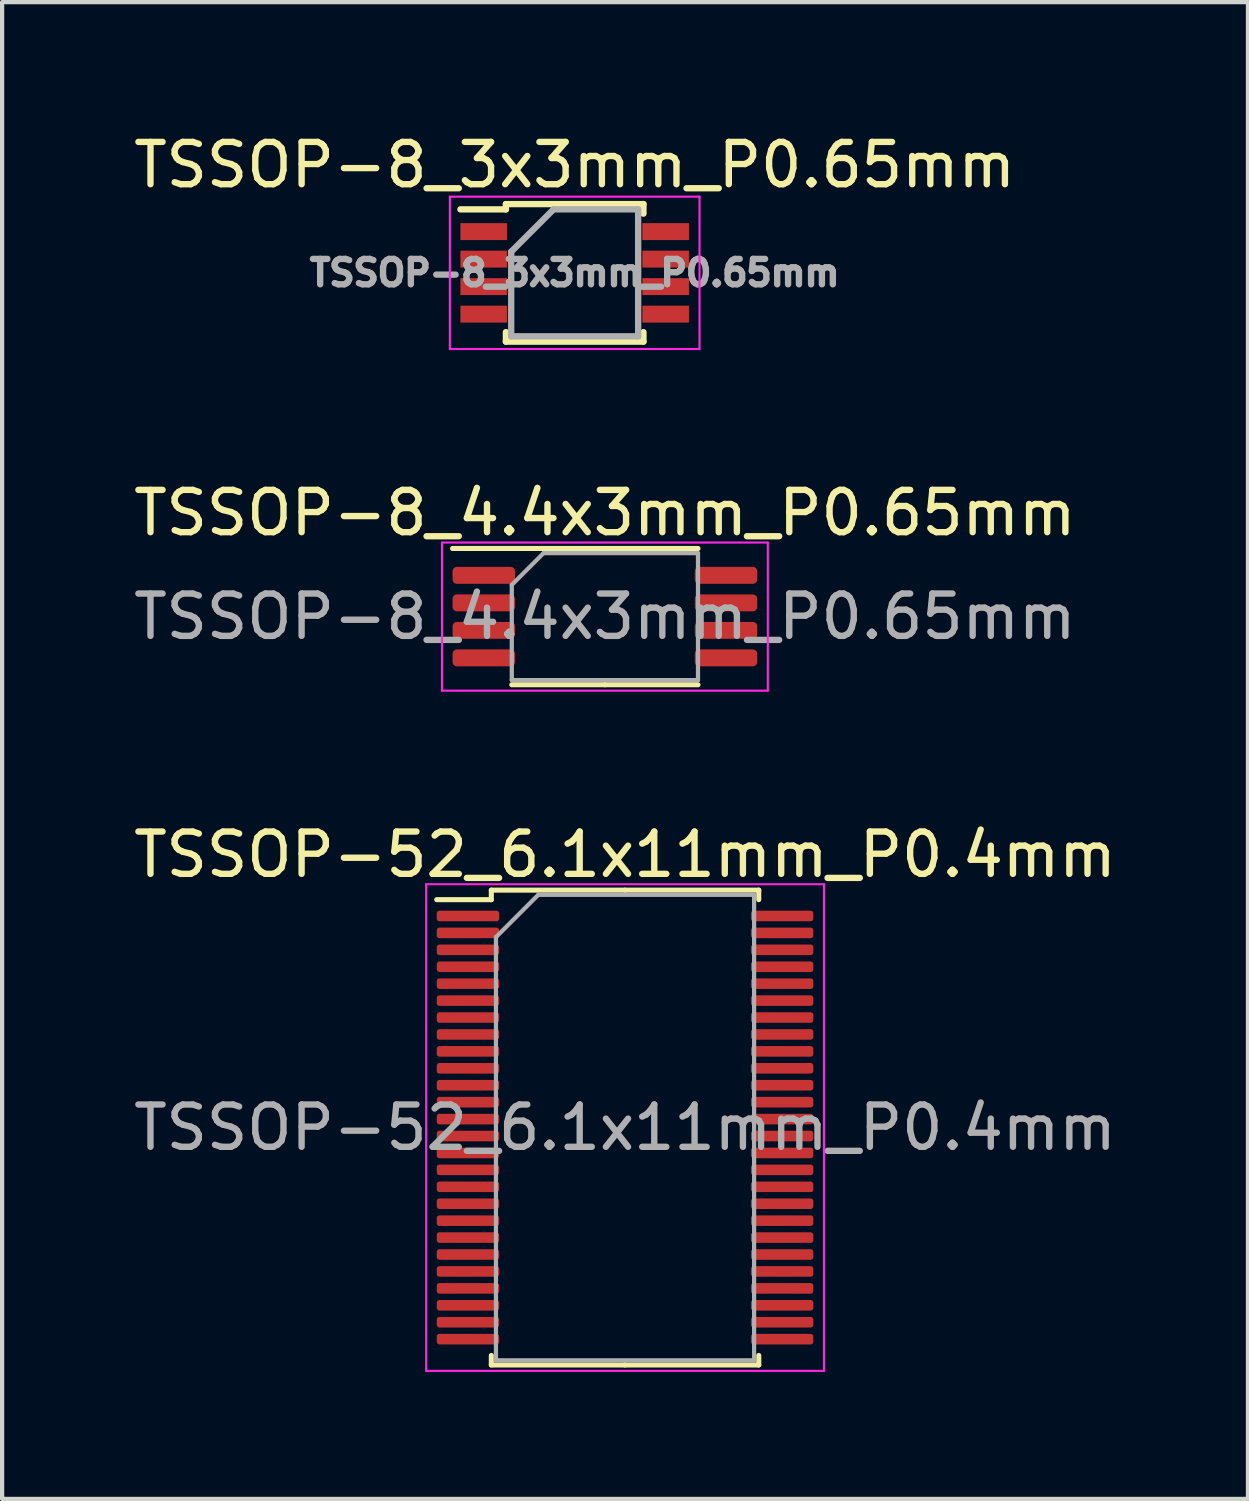
<source format=kicad_pcb>
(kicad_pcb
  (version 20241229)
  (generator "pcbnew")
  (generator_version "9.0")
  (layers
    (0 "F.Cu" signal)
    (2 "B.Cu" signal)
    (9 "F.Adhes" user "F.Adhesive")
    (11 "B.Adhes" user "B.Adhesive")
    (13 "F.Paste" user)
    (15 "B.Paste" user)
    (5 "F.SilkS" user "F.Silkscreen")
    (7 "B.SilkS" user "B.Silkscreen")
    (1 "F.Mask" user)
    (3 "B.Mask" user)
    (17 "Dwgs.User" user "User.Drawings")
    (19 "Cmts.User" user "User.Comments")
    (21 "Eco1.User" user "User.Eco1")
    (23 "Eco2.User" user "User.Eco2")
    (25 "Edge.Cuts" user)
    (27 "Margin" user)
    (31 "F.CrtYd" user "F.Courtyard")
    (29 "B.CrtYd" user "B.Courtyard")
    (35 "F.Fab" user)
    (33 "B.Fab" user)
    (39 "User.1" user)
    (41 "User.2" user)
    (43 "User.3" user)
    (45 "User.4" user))
  (footprint "TSSOP-8_3x3mm_P0.65mm"
    (layer "F.Cu")
    (at 10.53 3.398)
    (property "Reference" "TSSOP-8_3x3mm_P0.65mm" (at 0 -2.55 0) (layer "F.SilkS") (effects (font (size 1 1) (thickness 0.15))))
    (attr smd)
    (fp_line (start -1.625 -1.625) (end -1.625 -1.5) (stroke (width 0.15) (type solid)) (layer "F.SilkS"))
    (fp_line (start -1.625 -1.625) (end 1.625 -1.625) (stroke (width 0.15) (type solid)) (layer "F.SilkS"))
    (fp_line (start -1.625 -1.5) (end -2.7 -1.5) (stroke (width 0.15) (type solid)) (layer "F.SilkS"))
    (fp_line (start -1.625 1.625) (end -1.625 1.4) (stroke (width 0.15) (type solid)) (layer "F.SilkS"))
    (fp_line (start -1.625 1.625) (end 1.625 1.625) (stroke (width 0.15) (type solid)) (layer "F.SilkS"))
    (fp_line (start 1.625 -1.625) (end 1.625 -1.4) (stroke (width 0.15) (type solid)) (layer "F.SilkS"))
    (fp_line (start 1.625 1.625) (end 1.625 1.4) (stroke (width 0.15) (type solid)) (layer "F.SilkS"))
    (fp_line (start -2.95 -1.8) (end -2.95 1.8) (stroke (width 0.05) (type solid)) (layer "F.CrtYd"))
    (fp_line (start -2.95 -1.8) (end 2.95 -1.8) (stroke (width 0.05) (type solid)) (layer "F.CrtYd"))
    (fp_line (start -2.95 1.8) (end 2.95 1.8) (stroke (width 0.05) (type solid)) (layer "F.CrtYd"))
    (fp_line (start 2.95 -1.8) (end 2.95 1.8) (stroke (width 0.05) (type solid)) (layer "F.CrtYd"))
    (fp_line (start -1.5 -0.5) (end -0.5 -1.5) (stroke (width 0.15) (type solid)) (layer "F.Fab"))
    (fp_line (start -1.5 1.5) (end -1.5 -0.5) (stroke (width 0.15) (type solid)) (layer "F.Fab"))
    (fp_line (start -0.5 -1.5) (end 1.5 -1.5) (stroke (width 0.15) (type solid)) (layer "F.Fab"))
    (fp_line (start 1.5 -1.5) (end 1.5 1.5) (stroke (width 0.15) (type solid)) (layer "F.Fab"))
    (fp_line (start 1.5 1.5) (end -1.5 1.5) (stroke (width 0.15) (type solid)) (layer "F.Fab"))
    (fp_text user "${REFERENCE}" (at 0 0 0) (layer "F.Fab") (effects (font (size 0.6 0.6) (thickness 0.15))))
    (pad "1" smd rect (at -2.15 -0.975) (size 1.1 0.4) (layers "F.Cu" "F.Mask" "F.Paste"))
    (pad "2" smd rect (at -2.15 -0.325) (size 1.1 0.4) (layers "F.Cu" "F.Mask" "F.Paste"))
    (pad "3" smd rect (at -2.15 0.325) (size 1.1 0.4) (layers "F.Cu" "F.Mask" "F.Paste"))
    (pad "4" smd rect (at -2.15 0.975) (size 1.1 0.4) (layers "F.Cu" "F.Mask" "F.Paste"))
    (pad "5" smd rect (at 2.15 0.975) (size 1.1 0.4) (layers "F.Cu" "F.Mask" "F.Paste"))
    (pad "6" smd rect (at 2.15 0.325) (size 1.1 0.4) (layers "F.Cu" "F.Mask" "F.Paste"))
    (pad "7" smd rect (at 2.15 -0.325) (size 1.1 0.4) (layers "F.Cu" "F.Mask" "F.Paste"))
    (pad "8" smd rect (at 2.15 -0.975) (size 1.1 0.4) (layers "F.Cu" "F.Mask" "F.Paste")))
  (footprint "TSSOP-8_4.4x3mm_P0.65mm"
    (layer "F.Cu")
    (at 11.244 11.521)
    (property "Reference" "TSSOP-8_4.4x3mm_P0.65mm" (at 0 -2.45 0) (layer "F.SilkS") (effects (font (size 1 1) (thickness 0.15))))
    (attr smd)
    (fp_line (start 0 -1.61) (end -3.6 -1.61) (stroke (width 0.12) (type solid)) (layer "F.SilkS"))
    (fp_line (start 0 -1.61) (end 2.2 -1.61) (stroke (width 0.12) (type solid)) (layer "F.SilkS"))
    (fp_line (start 0 1.61) (end -2.2 1.61) (stroke (width 0.12) (type solid)) (layer "F.SilkS"))
    (fp_line (start 0 1.61) (end 2.2 1.61) (stroke (width 0.12) (type solid)) (layer "F.SilkS"))
    (fp_line (start -3.85 -1.75) (end -3.85 1.75) (stroke (width 0.05) (type solid)) (layer "F.CrtYd"))
    (fp_line (start -3.85 1.75) (end 3.85 1.75) (stroke (width 0.05) (type solid)) (layer "F.CrtYd"))
    (fp_line (start 3.85 -1.75) (end -3.85 -1.75) (stroke (width 0.05) (type solid)) (layer "F.CrtYd"))
    (fp_line (start 3.85 1.75) (end 3.85 -1.75) (stroke (width 0.05) (type solid)) (layer "F.CrtYd"))
    (fp_line (start -2.2 -0.75) (end -1.45 -1.5) (stroke (width 0.1) (type solid)) (layer "F.Fab"))
    (fp_line (start -2.2 1.5) (end -2.2 -0.75) (stroke (width 0.1) (type solid)) (layer "F.Fab"))
    (fp_line (start -1.45 -1.5) (end 2.2 -1.5) (stroke (width 0.1) (type solid)) (layer "F.Fab"))
    (fp_line (start 2.2 -1.5) (end 2.2 1.5) (stroke (width 0.1) (type solid)) (layer "F.Fab"))
    (fp_line (start 2.2 1.5) (end -2.2 1.5) (stroke (width 0.1) (type solid)) (layer "F.Fab"))
    (fp_text user "${REFERENCE}" (at 0 0 0) (layer "F.Fab") (effects (font (size 1 1) (thickness 0.15))))
    (pad "1" smd roundrect (at -2.862 -0.975) (size 1.475 0.4) (layers "F.Cu" "F.Mask" "F.Paste") (roundrect_rratio 0.25))
    (pad "2" smd roundrect (at -2.862 -0.325) (size 1.475 0.4) (layers "F.Cu" "F.Mask" "F.Paste") (roundrect_rratio 0.25))
    (pad "3" smd roundrect (at -2.862 0.325) (size 1.475 0.4) (layers "F.Cu" "F.Mask" "F.Paste") (roundrect_rratio 0.25))
    (pad "4" smd roundrect (at -2.862 0.975) (size 1.475 0.4) (layers "F.Cu" "F.Mask" "F.Paste") (roundrect_rratio 0.25))
    (pad "5" smd roundrect (at 2.862 0.975) (size 1.475 0.4) (layers "F.Cu" "F.Mask" "F.Paste") (roundrect_rratio 0.25))
    (pad "6" smd roundrect (at 2.862 0.325) (size 1.475 0.4) (layers "F.Cu" "F.Mask" "F.Paste") (roundrect_rratio 0.25))
    (pad "7" smd roundrect (at 2.862 -0.325) (size 1.475 0.4) (layers "F.Cu" "F.Mask" "F.Paste") (roundrect_rratio 0.25))
    (pad "8" smd roundrect (at 2.862 -0.975) (size 1.475 0.4) (layers "F.Cu" "F.Mask" "F.Paste") (roundrect_rratio 0.25)))
  (footprint "TSSOP-52_6.1x11mm_P0.4mm"
    (layer "F.Cu")
    (at 11.72 23.595)
    (property "Reference" "TSSOP-52_6.1x11mm_P0.4mm" (at 0 -6.45 0) (layer "F.SilkS") (effects (font (size 1 1) (thickness 0.15))))
    (attr smd)
    (fp_line (start -3.16 -5.61) (end -3.16 -5.385) (stroke (width 0.12) (type solid)) (layer "F.SilkS"))
    (fp_line (start -3.16 -5.385) (end -4.45 -5.385) (stroke (width 0.12) (type solid)) (layer "F.SilkS"))
    (fp_line (start -3.16 5.61) (end -3.16 5.385) (stroke (width 0.12) (type solid)) (layer "F.SilkS"))
    (fp_line (start 0 -5.61) (end -3.16 -5.61) (stroke (width 0.12) (type solid)) (layer "F.SilkS"))
    (fp_line (start 0 -5.61) (end 3.16 -5.61) (stroke (width 0.12) (type solid)) (layer "F.SilkS"))
    (fp_line (start 0 5.61) (end -3.16 5.61) (stroke (width 0.12) (type solid)) (layer "F.SilkS"))
    (fp_line (start 0 5.61) (end 3.16 5.61) (stroke (width 0.12) (type solid)) (layer "F.SilkS"))
    (fp_line (start 3.16 -5.61) (end 3.16 -5.385) (stroke (width 0.12) (type solid)) (layer "F.SilkS"))
    (fp_line (start 3.16 5.61) (end 3.16 5.385) (stroke (width 0.12) (type solid)) (layer "F.SilkS"))
    (fp_line (start -4.7 -5.75) (end -4.7 5.75) (stroke (width 0.05) (type solid)) (layer "F.CrtYd"))
    (fp_line (start -4.7 5.75) (end 4.7 5.75) (stroke (width 0.05) (type solid)) (layer "F.CrtYd"))
    (fp_line (start 4.7 -5.75) (end -4.7 -5.75) (stroke (width 0.05) (type solid)) (layer "F.CrtYd"))
    (fp_line (start 4.7 5.75) (end 4.7 -5.75) (stroke (width 0.05) (type solid)) (layer "F.CrtYd"))
    (fp_line (start -3.05 -4.5) (end -2.05 -5.5) (stroke (width 0.1) (type solid)) (layer "F.Fab"))
    (fp_line (start -3.05 5.5) (end -3.05 -4.5) (stroke (width 0.1) (type solid)) (layer "F.Fab"))
    (fp_line (start -2.05 -5.5) (end 3.05 -5.5) (stroke (width 0.1) (type solid)) (layer "F.Fab"))
    (fp_line (start 3.05 -5.5) (end 3.05 5.5) (stroke (width 0.1) (type solid)) (layer "F.Fab"))
    (fp_line (start 3.05 5.5) (end -3.05 5.5) (stroke (width 0.1) (type solid)) (layer "F.Fab"))
    (fp_text user "${REFERENCE}" (at 0 0 0) (layer "F.Fab") (effects (font (size 1 1) (thickness 0.15))))
    (pad "1" smd roundrect (at -3.712 -5) (size 1.475 0.25) (layers "F.Cu" "F.Mask" "F.Paste") (roundrect_rratio 0.25))
    (pad "2" smd roundrect (at -3.712 -4.6) (size 1.475 0.25) (layers "F.Cu" "F.Mask" "F.Paste") (roundrect_rratio 0.25))
    (pad "3" smd roundrect (at -3.712 -4.2) (size 1.475 0.25) (layers "F.Cu" "F.Mask" "F.Paste") (roundrect_rratio 0.25))
    (pad "4" smd roundrect (at -3.712 -3.8) (size 1.475 0.25) (layers "F.Cu" "F.Mask" "F.Paste") (roundrect_rratio 0.25))
    (pad "5" smd roundrect (at -3.712 -3.4) (size 1.475 0.25) (layers "F.Cu" "F.Mask" "F.Paste") (roundrect_rratio 0.25))
    (pad "6" smd roundrect (at -3.712 -3) (size 1.475 0.25) (layers "F.Cu" "F.Mask" "F.Paste") (roundrect_rratio 0.25))
    (pad "7" smd roundrect (at -3.712 -2.6) (size 1.475 0.25) (layers "F.Cu" "F.Mask" "F.Paste") (roundrect_rratio 0.25))
    (pad "8" smd roundrect (at -3.712 -2.2) (size 1.475 0.25) (layers "F.Cu" "F.Mask" "F.Paste") (roundrect_rratio 0.25))
    (pad "9" smd roundrect (at -3.712 -1.8) (size 1.475 0.25) (layers "F.Cu" "F.Mask" "F.Paste") (roundrect_rratio 0.25))
    (pad "10" smd roundrect (at -3.712 -1.4) (size 1.475 0.25) (layers "F.Cu" "F.Mask" "F.Paste") (roundrect_rratio 0.25))
    (pad "11" smd roundrect (at -3.712 -1) (size 1.475 0.25) (layers "F.Cu" "F.Mask" "F.Paste") (roundrect_rratio 0.25))
    (pad "12" smd roundrect (at -3.712 -0.6) (size 1.475 0.25) (layers "F.Cu" "F.Mask" "F.Paste") (roundrect_rratio 0.25))
    (pad "13" smd roundrect (at -3.712 -0.2) (size 1.475 0.25) (layers "F.Cu" "F.Mask" "F.Paste") (roundrect_rratio 0.25))
    (pad "14" smd roundrect (at -3.712 0.2) (size 1.475 0.25) (layers "F.Cu" "F.Mask" "F.Paste") (roundrect_rratio 0.25))
    (pad "15" smd roundrect (at -3.712 0.6) (size 1.475 0.25) (layers "F.Cu" "F.Mask" "F.Paste") (roundrect_rratio 0.25))
    (pad "16" smd roundrect (at -3.712 1) (size 1.475 0.25) (layers "F.Cu" "F.Mask" "F.Paste") (roundrect_rratio 0.25))
    (pad "17" smd roundrect (at -3.712 1.4) (size 1.475 0.25) (layers "F.Cu" "F.Mask" "F.Paste") (roundrect_rratio 0.25))
    (pad "18" smd roundrect (at -3.712 1.8) (size 1.475 0.25) (layers "F.Cu" "F.Mask" "F.Paste") (roundrect_rratio 0.25))
    (pad "19" smd roundrect (at -3.712 2.2) (size 1.475 0.25) (layers "F.Cu" "F.Mask" "F.Paste") (roundrect_rratio 0.25))
    (pad "20" smd roundrect (at -3.712 2.6) (size 1.475 0.25) (layers "F.Cu" "F.Mask" "F.Paste") (roundrect_rratio 0.25))
    (pad "21" smd roundrect (at -3.712 3) (size 1.475 0.25) (layers "F.Cu" "F.Mask" "F.Paste") (roundrect_rratio 0.25))
    (pad "22" smd roundrect (at -3.712 3.4) (size 1.475 0.25) (layers "F.Cu" "F.Mask" "F.Paste") (roundrect_rratio 0.25))
    (pad "23" smd roundrect (at -3.712 3.8) (size 1.475 0.25) (layers "F.Cu" "F.Mask" "F.Paste") (roundrect_rratio 0.25))
    (pad "24" smd roundrect (at -3.712 4.2) (size 1.475 0.25) (layers "F.Cu" "F.Mask" "F.Paste") (roundrect_rratio 0.25))
    (pad "25" smd roundrect (at -3.712 4.6) (size 1.475 0.25) (layers "F.Cu" "F.Mask" "F.Paste") (roundrect_rratio 0.25))
    (pad "26" smd roundrect (at -3.712 5) (size 1.475 0.25) (layers "F.Cu" "F.Mask" "F.Paste") (roundrect_rratio 0.25))
    (pad "27" smd roundrect (at 3.712 5) (size 1.475 0.25) (layers "F.Cu" "F.Mask" "F.Paste") (roundrect_rratio 0.25))
    (pad "28" smd roundrect (at 3.712 4.6) (size 1.475 0.25) (layers "F.Cu" "F.Mask" "F.Paste") (roundrect_rratio 0.25))
    (pad "29" smd roundrect (at 3.712 4.2) (size 1.475 0.25) (layers "F.Cu" "F.Mask" "F.Paste") (roundrect_rratio 0.25))
    (pad "30" smd roundrect (at 3.712 3.8) (size 1.475 0.25) (layers "F.Cu" "F.Mask" "F.Paste") (roundrect_rratio 0.25))
    (pad "31" smd roundrect (at 3.712 3.4) (size 1.475 0.25) (layers "F.Cu" "F.Mask" "F.Paste") (roundrect_rratio 0.25))
    (pad "32" smd roundrect (at 3.712 3) (size 1.475 0.25) (layers "F.Cu" "F.Mask" "F.Paste") (roundrect_rratio 0.25))
    (pad "33" smd roundrect (at 3.712 2.6) (size 1.475 0.25) (layers "F.Cu" "F.Mask" "F.Paste") (roundrect_rratio 0.25))
    (pad "34" smd roundrect (at 3.712 2.2) (size 1.475 0.25) (layers "F.Cu" "F.Mask" "F.Paste") (roundrect_rratio 0.25))
    (pad "35" smd roundrect (at 3.712 1.8) (size 1.475 0.25) (layers "F.Cu" "F.Mask" "F.Paste") (roundrect_rratio 0.25))
    (pad "36" smd roundrect (at 3.712 1.4) (size 1.475 0.25) (layers "F.Cu" "F.Mask" "F.Paste") (roundrect_rratio 0.25))
    (pad "37" smd roundrect (at 3.712 1) (size 1.475 0.25) (layers "F.Cu" "F.Mask" "F.Paste") (roundrect_rratio 0.25))
    (pad "38" smd roundrect (at 3.712 0.6) (size 1.475 0.25) (layers "F.Cu" "F.Mask" "F.Paste") (roundrect_rratio 0.25))
    (pad "39" smd roundrect (at 3.712 0.2) (size 1.475 0.25) (layers "F.Cu" "F.Mask" "F.Paste") (roundrect_rratio 0.25))
    (pad "40" smd roundrect (at 3.712 -0.2) (size 1.475 0.25) (layers "F.Cu" "F.Mask" "F.Paste") (roundrect_rratio 0.25))
    (pad "41" smd roundrect (at 3.712 -0.6) (size 1.475 0.25) (layers "F.Cu" "F.Mask" "F.Paste") (roundrect_rratio 0.25))
    (pad "42" smd roundrect (at 3.712 -1) (size 1.475 0.25) (layers "F.Cu" "F.Mask" "F.Paste") (roundrect_rratio 0.25))
    (pad "43" smd roundrect (at 3.712 -1.4) (size 1.475 0.25) (layers "F.Cu" "F.Mask" "F.Paste") (roundrect_rratio 0.25))
    (pad "44" smd roundrect (at 3.712 -1.8) (size 1.475 0.25) (layers "F.Cu" "F.Mask" "F.Paste") (roundrect_rratio 0.25))
    (pad "45" smd roundrect (at 3.712 -2.2) (size 1.475 0.25) (layers "F.Cu" "F.Mask" "F.Paste") (roundrect_rratio 0.25))
    (pad "46" smd roundrect (at 3.712 -2.6) (size 1.475 0.25) (layers "F.Cu" "F.Mask" "F.Paste") (roundrect_rratio 0.25))
    (pad "47" smd roundrect (at 3.712 -3) (size 1.475 0.25) (layers "F.Cu" "F.Mask" "F.Paste") (roundrect_rratio 0.25))
    (pad "48" smd roundrect (at 3.712 -3.4) (size 1.475 0.25) (layers "F.Cu" "F.Mask" "F.Paste") (roundrect_rratio 0.25))
    (pad "49" smd roundrect (at 3.712 -3.8) (size 1.475 0.25) (layers "F.Cu" "F.Mask" "F.Paste") (roundrect_rratio 0.25))
    (pad "50" smd roundrect (at 3.712 -4.2) (size 1.475 0.25) (layers "F.Cu" "F.Mask" "F.Paste") (roundrect_rratio 0.25))
    (pad "51" smd roundrect (at 3.712 -4.6) (size 1.475 0.25) (layers "F.Cu" "F.Mask" "F.Paste") (roundrect_rratio 0.25))
    (pad "52" smd roundrect (at 3.712 -5) (size 1.475 0.25) (layers "F.Cu" "F.Mask" "F.Paste") (roundrect_rratio 0.25)))
  (gr_rect
    (start -3 -3)
    (end 26.44 32.37)
    (stroke (width 0.1) (type default))
    (fill no)
    (layer "Edge.Cuts")))
</source>
